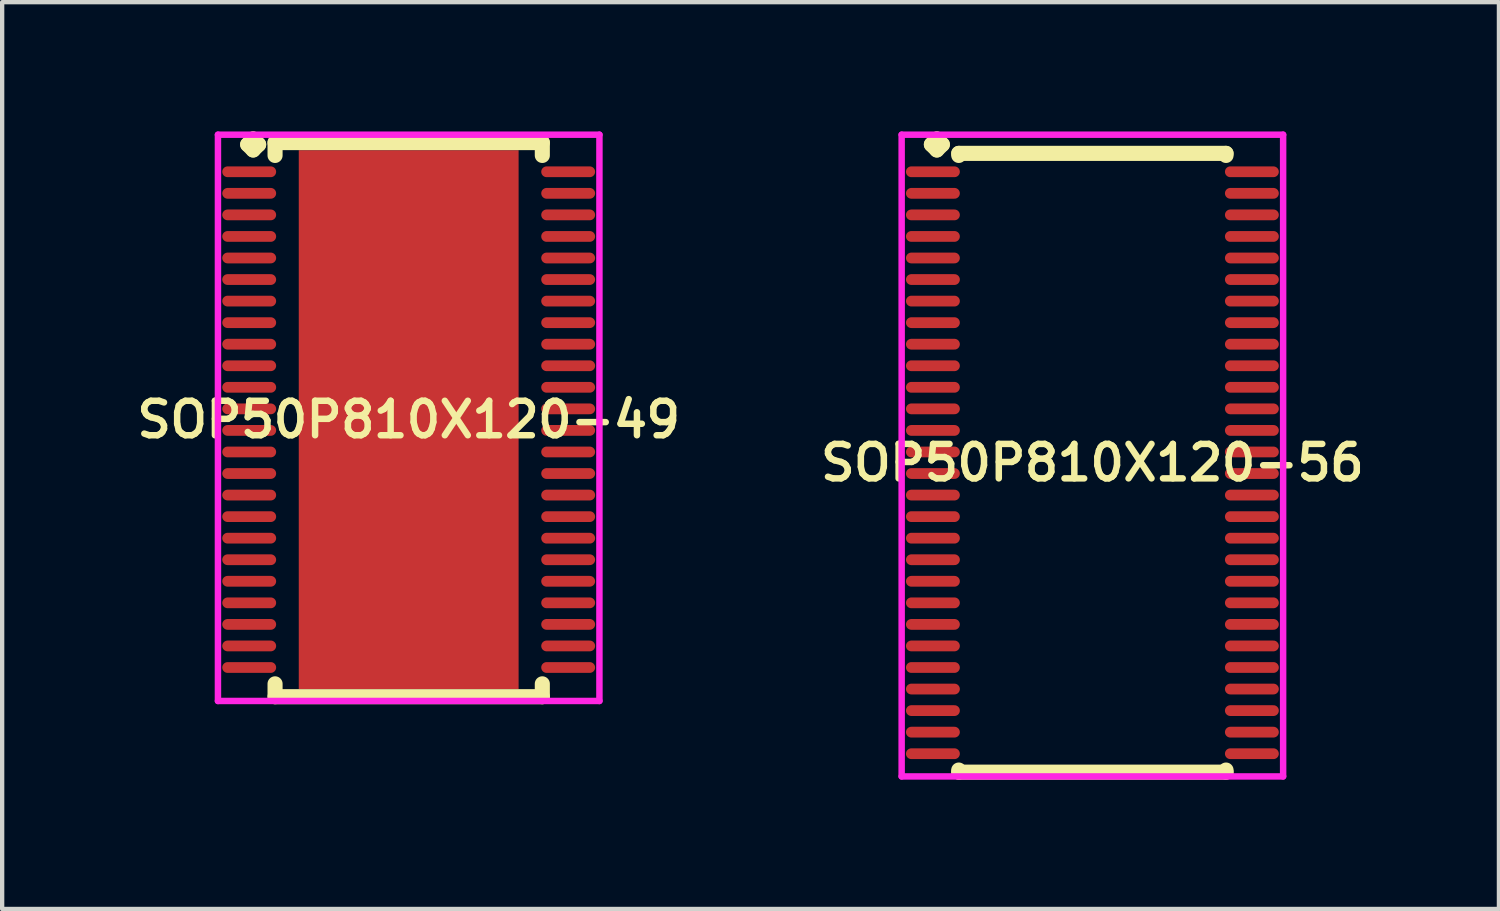
<source format=kicad_pcb>
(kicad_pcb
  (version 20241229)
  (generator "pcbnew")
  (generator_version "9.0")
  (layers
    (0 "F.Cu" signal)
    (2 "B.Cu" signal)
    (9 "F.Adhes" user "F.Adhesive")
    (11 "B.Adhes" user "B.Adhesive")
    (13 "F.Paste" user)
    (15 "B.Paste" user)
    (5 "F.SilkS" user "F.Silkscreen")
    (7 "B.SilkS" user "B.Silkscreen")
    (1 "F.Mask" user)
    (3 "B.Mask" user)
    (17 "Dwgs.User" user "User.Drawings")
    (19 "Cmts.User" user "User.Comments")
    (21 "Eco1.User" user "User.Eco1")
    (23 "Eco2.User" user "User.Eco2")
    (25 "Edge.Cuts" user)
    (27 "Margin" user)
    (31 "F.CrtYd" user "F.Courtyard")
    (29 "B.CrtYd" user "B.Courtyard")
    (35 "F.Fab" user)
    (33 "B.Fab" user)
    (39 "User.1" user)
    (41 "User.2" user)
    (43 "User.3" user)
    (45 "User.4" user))
  (footprint "SOP50P810X120-56"
    (layer "F.Cu")
    (at 22.292 7.685)
    (property "Reference" "SOP50P810X120-56" (at 0 0 0) (layer "F.SilkS") (effects (font (size 0.8 0.8) (thickness 0.15))))
    (attr smd)
    (fp_line (start -3.735 -7.383) (end -3.608 -7.51) (stroke (width 0.35) (type solid)) (layer "F.SilkS"))
    (fp_line (start -3.608 -7.51) (end -3.481 -7.383) (stroke (width 0.35) (type solid)) (layer "F.SilkS"))
    (fp_line (start -3.608 -7.256) (end -3.735 -7.383) (stroke (width 0.35) (type solid)) (layer "F.SilkS"))
    (fp_line (start -3.481 -7.383) (end -3.608 -7.256) (stroke (width 0.35) (type solid)) (layer "F.SilkS"))
    (fp_line (start -3.1 -7.177) (end 3.1 -7.177) (stroke (width 0.35) (type solid)) (layer "F.SilkS"))
    (fp_line (start -3.1 -7.129) (end -3.1 -7.177) (stroke (width 0.35) (type solid)) (layer "F.SilkS"))
    (fp_line (start -3.1 7.129) (end -3.1 7.177) (stroke (width 0.35) (type solid)) (layer "F.SilkS"))
    (fp_line (start -3.1 7.177) (end 3.1 7.177) (stroke (width 0.35) (type solid)) (layer "F.SilkS"))
    (fp_line (start 3.1 -7.177) (end 3.1 -7.129) (stroke (width 0.35) (type solid)) (layer "F.SilkS"))
    (fp_line (start 3.1 7.177) (end 3.1 7.129) (stroke (width 0.35) (type solid)) (layer "F.SilkS"))
    (fp_line (start -4.425 -7.61) (end 4.425 -7.61) (stroke (width 0.15) (type solid)) (layer "F.CrtYd"))
    (fp_line (start -4.425 7.277) (end -4.425 -7.61) (stroke (width 0.15) (type solid)) (layer "F.CrtYd"))
    (fp_line (start 4.425 -7.61) (end 4.425 7.277) (stroke (width 0.15) (type solid)) (layer "F.CrtYd"))
    (fp_line (start 4.425 7.277) (end -4.425 7.277) (stroke (width 0.15) (type solid)) (layer "F.CrtYd"))
    (pad "1" smd oval (at -3.7 -6.75) (size 1.25 0.25) (layers "F.Cu" "F.Mask" "F.Paste"))
    (pad "2" smd oval (at -3.7 -6.25) (size 1.25 0.25) (layers "F.Cu" "F.Mask" "F.Paste"))
    (pad "3" smd oval (at -3.7 -5.75) (size 1.25 0.25) (layers "F.Cu" "F.Mask" "F.Paste"))
    (pad "4" smd oval (at -3.7 -5.25) (size 1.25 0.25) (layers "F.Cu" "F.Mask" "F.Paste"))
    (pad "5" smd oval (at -3.7 -4.75) (size 1.25 0.25) (layers "F.Cu" "F.Mask" "F.Paste"))
    (pad "6" smd oval (at -3.7 -4.25) (size 1.25 0.25) (layers "F.Cu" "F.Mask" "F.Paste"))
    (pad "7" smd oval (at -3.7 -3.75) (size 1.25 0.25) (layers "F.Cu" "F.Mask" "F.Paste"))
    (pad "8" smd oval (at -3.7 -3.25) (size 1.25 0.25) (layers "F.Cu" "F.Mask" "F.Paste"))
    (pad "9" smd oval (at -3.7 -2.75) (size 1.25 0.25) (layers "F.Cu" "F.Mask" "F.Paste"))
    (pad "10" smd oval (at -3.7 -2.25) (size 1.25 0.25) (layers "F.Cu" "F.Mask" "F.Paste"))
    (pad "11" smd oval (at -3.7 -1.75) (size 1.25 0.25) (layers "F.Cu" "F.Mask" "F.Paste"))
    (pad "12" smd oval (at -3.7 -1.25) (size 1.25 0.25) (layers "F.Cu" "F.Mask" "F.Paste"))
    (pad "13" smd oval (at -3.7 -0.75) (size 1.25 0.25) (layers "F.Cu" "F.Mask" "F.Paste"))
    (pad "14" smd oval (at -3.7 -0.25) (size 1.25 0.25) (layers "F.Cu" "F.Mask" "F.Paste"))
    (pad "15" smd oval (at -3.7 0.25) (size 1.25 0.25) (layers "F.Cu" "F.Mask" "F.Paste"))
    (pad "16" smd oval (at -3.7 0.75) (size 1.25 0.25) (layers "F.Cu" "F.Mask" "F.Paste"))
    (pad "17" smd oval (at -3.7 1.25) (size 1.25 0.25) (layers "F.Cu" "F.Mask" "F.Paste"))
    (pad "18" smd oval (at -3.7 1.75) (size 1.25 0.25) (layers "F.Cu" "F.Mask" "F.Paste"))
    (pad "19" smd oval (at -3.7 2.25) (size 1.25 0.25) (layers "F.Cu" "F.Mask" "F.Paste"))
    (pad "20" smd oval (at -3.7 2.75) (size 1.25 0.25) (layers "F.Cu" "F.Mask" "F.Paste"))
    (pad "21" smd oval (at -3.7 3.25) (size 1.25 0.25) (layers "F.Cu" "F.Mask" "F.Paste"))
    (pad "22" smd oval (at -3.7 3.75) (size 1.25 0.25) (layers "F.Cu" "F.Mask" "F.Paste"))
    (pad "23" smd oval (at -3.7 4.25) (size 1.25 0.25) (layers "F.Cu" "F.Mask" "F.Paste"))
    (pad "24" smd oval (at -3.7 4.75) (size 1.25 0.25) (layers "F.Cu" "F.Mask" "F.Paste"))
    (pad "25" smd oval (at -3.7 5.25) (size 1.25 0.25) (layers "F.Cu" "F.Mask" "F.Paste"))
    (pad "26" smd oval (at -3.7 5.75) (size 1.25 0.25) (layers "F.Cu" "F.Mask" "F.Paste"))
    (pad "27" smd oval (at -3.7 6.25) (size 1.25 0.25) (layers "F.Cu" "F.Mask" "F.Paste"))
    (pad "28" smd oval (at -3.7 6.75) (size 1.25 0.25) (layers "F.Cu" "F.Mask" "F.Paste"))
    (pad "29" smd oval (at 3.7 6.75) (size 1.25 0.25) (layers "F.Cu" "F.Mask" "F.Paste"))
    (pad "30" smd oval (at 3.7 6.25) (size 1.25 0.25) (layers "F.Cu" "F.Mask" "F.Paste"))
    (pad "31" smd oval (at 3.7 5.75) (size 1.25 0.25) (layers "F.Cu" "F.Mask" "F.Paste"))
    (pad "32" smd oval (at 3.7 5.25) (size 1.25 0.25) (layers "F.Cu" "F.Mask" "F.Paste"))
    (pad "33" smd oval (at 3.7 4.75) (size 1.25 0.25) (layers "F.Cu" "F.Mask" "F.Paste"))
    (pad "34" smd oval (at 3.7 4.25) (size 1.25 0.25) (layers "F.Cu" "F.Mask" "F.Paste"))
    (pad "35" smd oval (at 3.7 3.75) (size 1.25 0.25) (layers "F.Cu" "F.Mask" "F.Paste"))
    (pad "36" smd oval (at 3.7 3.25) (size 1.25 0.25) (layers "F.Cu" "F.Mask" "F.Paste"))
    (pad "37" smd oval (at 3.7 2.75) (size 1.25 0.25) (layers "F.Cu" "F.Mask" "F.Paste"))
    (pad "38" smd oval (at 3.7 2.25) (size 1.25 0.25) (layers "F.Cu" "F.Mask" "F.Paste"))
    (pad "39" smd oval (at 3.7 1.75) (size 1.25 0.25) (layers "F.Cu" "F.Mask" "F.Paste"))
    (pad "40" smd oval (at 3.7 1.25) (size 1.25 0.25) (layers "F.Cu" "F.Mask" "F.Paste"))
    (pad "41" smd oval (at 3.7 0.75) (size 1.25 0.25) (layers "F.Cu" "F.Mask" "F.Paste"))
    (pad "42" smd oval (at 3.7 0.25) (size 1.25 0.25) (layers "F.Cu" "F.Mask" "F.Paste"))
    (pad "43" smd oval (at 3.7 -0.25) (size 1.25 0.25) (layers "F.Cu" "F.Mask" "F.Paste"))
    (pad "44" smd oval (at 3.7 -0.75) (size 1.25 0.25) (layers "F.Cu" "F.Mask" "F.Paste"))
    (pad "45" smd oval (at 3.7 -1.25) (size 1.25 0.25) (layers "F.Cu" "F.Mask" "F.Paste"))
    (pad "46" smd oval (at 3.7 -1.75) (size 1.25 0.25) (layers "F.Cu" "F.Mask" "F.Paste"))
    (pad "47" smd oval (at 3.7 -2.25) (size 1.25 0.25) (layers "F.Cu" "F.Mask" "F.Paste"))
    (pad "48" smd oval (at 3.7 -2.75) (size 1.25 0.25) (layers "F.Cu" "F.Mask" "F.Paste"))
    (pad "49" smd oval (at 3.7 -3.25) (size 1.25 0.25) (layers "F.Cu" "F.Mask" "F.Paste"))
    (pad "50" smd oval (at 3.7 -3.75) (size 1.25 0.25) (layers "F.Cu" "F.Mask" "F.Paste"))
    (pad "51" smd oval (at 3.7 -4.25) (size 1.25 0.25) (layers "F.Cu" "F.Mask" "F.Paste"))
    (pad "52" smd oval (at 3.7 -4.75) (size 1.25 0.25) (layers "F.Cu" "F.Mask" "F.Paste"))
    (pad "53" smd oval (at 3.7 -5.25) (size 1.25 0.25) (layers "F.Cu" "F.Mask" "F.Paste"))
    (pad "54" smd oval (at 3.7 -5.75) (size 1.25 0.25) (layers "F.Cu" "F.Mask" "F.Paste"))
    (pad "55" smd oval (at 3.7 -6.25) (size 1.25 0.25) (layers "F.Cu" "F.Mask" "F.Paste"))
    (pad "56" smd oval (at 3.7 -6.75) (size 1.25 0.25) (layers "F.Cu" "F.Mask" "F.Paste")))
  (footprint "SOP50P810X120-49"
    (layer "F.Cu")
    (at 6.431 6.685)
    (property "Reference" "SOP50P810X120-49" (at 0 0 0) (layer "F.SilkS") (effects (font (size 0.8 0.8) (thickness 0.15))))
    (attr through_hole)
    (fp_line (start -3.735 -6.383) (end -3.608 -6.51) (stroke (width 0.35) (type solid)) (layer "F.SilkS"))
    (fp_line (start -3.608 -6.51) (end -3.481 -6.383) (stroke (width 0.35) (type solid)) (layer "F.SilkS"))
    (fp_line (start -3.608 -6.256) (end -3.735 -6.383) (stroke (width 0.35) (type solid)) (layer "F.SilkS"))
    (fp_line (start -3.481 -6.383) (end -3.608 -6.256) (stroke (width 0.35) (type solid)) (layer "F.SilkS"))
    (fp_line (start -3.1 -6.427) (end 3.1 -6.427) (stroke (width 0.35) (type solid)) (layer "F.SilkS"))
    (fp_line (start -3.1 -6.129) (end -3.1 -6.427) (stroke (width 0.35) (type solid)) (layer "F.SilkS"))
    (fp_line (start -3.1 6.129) (end -3.1 6.427) (stroke (width 0.35) (type solid)) (layer "F.SilkS"))
    (fp_line (start -3.1 6.427) (end 3.1 6.427) (stroke (width 0.35) (type solid)) (layer "F.SilkS"))
    (fp_line (start 3.1 -6.427) (end 3.1 -6.129) (stroke (width 0.35) (type solid)) (layer "F.SilkS"))
    (fp_line (start 3.1 6.427) (end 3.1 6.129) (stroke (width 0.35) (type solid)) (layer "F.SilkS"))
    (fp_line (start -4.425 -6.61) (end 4.425 -6.61) (stroke (width 0.15) (type solid)) (layer "F.CrtYd"))
    (fp_line (start -4.425 6.527) (end -4.425 -6.61) (stroke (width 0.15) (type solid)) (layer "F.CrtYd"))
    (fp_line (start 4.425 -6.61) (end 4.425 6.527) (stroke (width 0.15) (type solid)) (layer "F.CrtYd"))
    (fp_line (start 4.425 6.527) (end -4.425 6.527) (stroke (width 0.15) (type solid)) (layer "F.CrtYd"))
    (pad "1" smd oval (at -3.7 -5.75) (size 1.25 0.25) (layers "F.Cu" "F.Mask" "F.Paste"))
    (pad "2" smd oval (at -3.7 -5.25) (size 1.25 0.25) (layers "F.Cu" "F.Mask" "F.Paste"))
    (pad "3" smd oval (at -3.7 -4.75) (size 1.25 0.25) (layers "F.Cu" "F.Mask" "F.Paste"))
    (pad "4" smd oval (at -3.7 -4.25) (size 1.25 0.25) (layers "F.Cu" "F.Mask" "F.Paste"))
    (pad "5" smd oval (at -3.7 -3.75) (size 1.25 0.25) (layers "F.Cu" "F.Mask" "F.Paste"))
    (pad "6" smd oval (at -3.7 -3.25) (size 1.25 0.25) (layers "F.Cu" "F.Mask" "F.Paste"))
    (pad "7" smd oval (at -3.7 -2.75) (size 1.25 0.25) (layers "F.Cu" "F.Mask" "F.Paste"))
    (pad "8" smd oval (at -3.7 -2.25) (size 1.25 0.25) (layers "F.Cu" "F.Mask" "F.Paste"))
    (pad "9" smd oval (at -3.7 -1.75) (size 1.25 0.25) (layers "F.Cu" "F.Mask" "F.Paste"))
    (pad "10" smd oval (at -3.7 -1.25) (size 1.25 0.25) (layers "F.Cu" "F.Mask" "F.Paste"))
    (pad "11" smd oval (at -3.7 -0.75) (size 1.25 0.25) (layers "F.Cu" "F.Mask" "F.Paste"))
    (pad "12" smd oval (at -3.7 -0.25) (size 1.25 0.25) (layers "F.Cu" "F.Mask" "F.Paste"))
    (pad "13" smd oval (at -3.7 0.25) (size 1.25 0.25) (layers "F.Cu" "F.Mask" "F.Paste"))
    (pad "14" smd oval (at -3.7 0.75) (size 1.25 0.25) (layers "F.Cu" "F.Mask" "F.Paste"))
    (pad "15" smd oval (at -3.7 1.25) (size 1.25 0.25) (layers "F.Cu" "F.Mask" "F.Paste"))
    (pad "16" smd oval (at -3.7 1.75) (size 1.25 0.25) (layers "F.Cu" "F.Mask" "F.Paste"))
    (pad "17" smd oval (at -3.7 2.25) (size 1.25 0.25) (layers "F.Cu" "F.Mask" "F.Paste"))
    (pad "18" smd oval (at -3.7 2.75) (size 1.25 0.25) (layers "F.Cu" "F.Mask" "F.Paste"))
    (pad "19" smd oval (at -3.7 3.25) (size 1.25 0.25) (layers "F.Cu" "F.Mask" "F.Paste"))
    (pad "20" smd oval (at -3.7 3.75) (size 1.25 0.25) (layers "F.Cu" "F.Mask" "F.Paste"))
    (pad "21" smd oval (at -3.7 4.25) (size 1.25 0.25) (layers "F.Cu" "F.Mask" "F.Paste"))
    (pad "22" smd oval (at -3.7 4.75) (size 1.25 0.25) (layers "F.Cu" "F.Mask" "F.Paste"))
    (pad "23" smd oval (at -3.7 5.25) (size 1.25 0.25) (layers "F.Cu" "F.Mask" "F.Paste"))
    (pad "24" smd oval (at -3.7 5.75) (size 1.25 0.25) (layers "F.Cu" "F.Mask" "F.Paste"))
    (pad "25" smd oval (at 3.7 5.75) (size 1.25 0.25) (layers "F.Cu" "F.Mask" "F.Paste"))
    (pad "26" smd oval (at 3.7 5.25) (size 1.25 0.25) (layers "F.Cu" "F.Mask" "F.Paste"))
    (pad "27" smd oval (at 3.7 4.75) (size 1.25 0.25) (layers "F.Cu" "F.Mask" "F.Paste"))
    (pad "28" smd oval (at 3.7 4.25) (size 1.25 0.25) (layers "F.Cu" "F.Mask" "F.Paste"))
    (pad "29" smd oval (at 3.7 3.75) (size 1.25 0.25) (layers "F.Cu" "F.Mask" "F.Paste"))
    (pad "30" smd oval (at 3.7 3.25) (size 1.25 0.25) (layers "F.Cu" "F.Mask" "F.Paste"))
    (pad "31" smd oval (at 3.7 2.75) (size 1.25 0.25) (layers "F.Cu" "F.Mask" "F.Paste"))
    (pad "32" smd oval (at 3.7 2.25) (size 1.25 0.25) (layers "F.Cu" "F.Mask" "F.Paste"))
    (pad "33" smd oval (at 3.7 1.75) (size 1.25 0.25) (layers "F.Cu" "F.Mask" "F.Paste"))
    (pad "34" smd oval (at 3.7 1.25) (size 1.25 0.25) (layers "F.Cu" "F.Mask" "F.Paste"))
    (pad "35" smd oval (at 3.7 0.75) (size 1.25 0.25) (layers "F.Cu" "F.Mask" "F.Paste"))
    (pad "36" smd oval (at 3.7 0.25) (size 1.25 0.25) (layers "F.Cu" "F.Mask" "F.Paste"))
    (pad "37" smd oval (at 3.7 -0.25) (size 1.25 0.25) (layers "F.Cu" "F.Mask" "F.Paste"))
    (pad "38" smd oval (at 3.7 -0.75) (size 1.25 0.25) (layers "F.Cu" "F.Mask" "F.Paste"))
    (pad "39" smd oval (at 3.7 -1.25) (size 1.25 0.25) (layers "F.Cu" "F.Mask" "F.Paste"))
    (pad "40" smd oval (at 3.7 -1.75) (size 1.25 0.25) (layers "F.Cu" "F.Mask" "F.Paste"))
    (pad "41" smd oval (at 3.7 -2.25) (size 1.25 0.25) (layers "F.Cu" "F.Mask" "F.Paste"))
    (pad "42" smd oval (at 3.7 -2.75) (size 1.25 0.25) (layers "F.Cu" "F.Mask" "F.Paste"))
    (pad "43" smd oval (at 3.7 -3.25) (size 1.25 0.25) (layers "F.Cu" "F.Mask" "F.Paste"))
    (pad "44" smd oval (at 3.7 -3.75) (size 1.25 0.25) (layers "F.Cu" "F.Mask" "F.Paste"))
    (pad "45" smd oval (at 3.7 -4.25) (size 1.25 0.25) (layers "F.Cu" "F.Mask" "F.Paste"))
    (pad "46" smd oval (at 3.7 -4.75) (size 1.25 0.25) (layers "F.Cu" "F.Mask" "F.Paste"))
    (pad "47" smd oval (at 3.7 -5.25) (size 1.25 0.25) (layers "F.Cu" "F.Mask" "F.Paste"))
    (pad "48" smd oval (at 3.7 -5.75) (size 1.25 0.25) (layers "F.Cu" "F.Mask" "F.Paste"))
    (pad "49" smd rect (at 0 0) (size 5.1 12.5) (layers "F.Cu" "F.Mask" "F.Paste")))
  (gr_rect
    (start -3 -3)
    (end 31.723 18.037)
    (stroke (width 0.1) (type default))
    (fill no)
    (layer "Edge.Cuts")))
</source>
